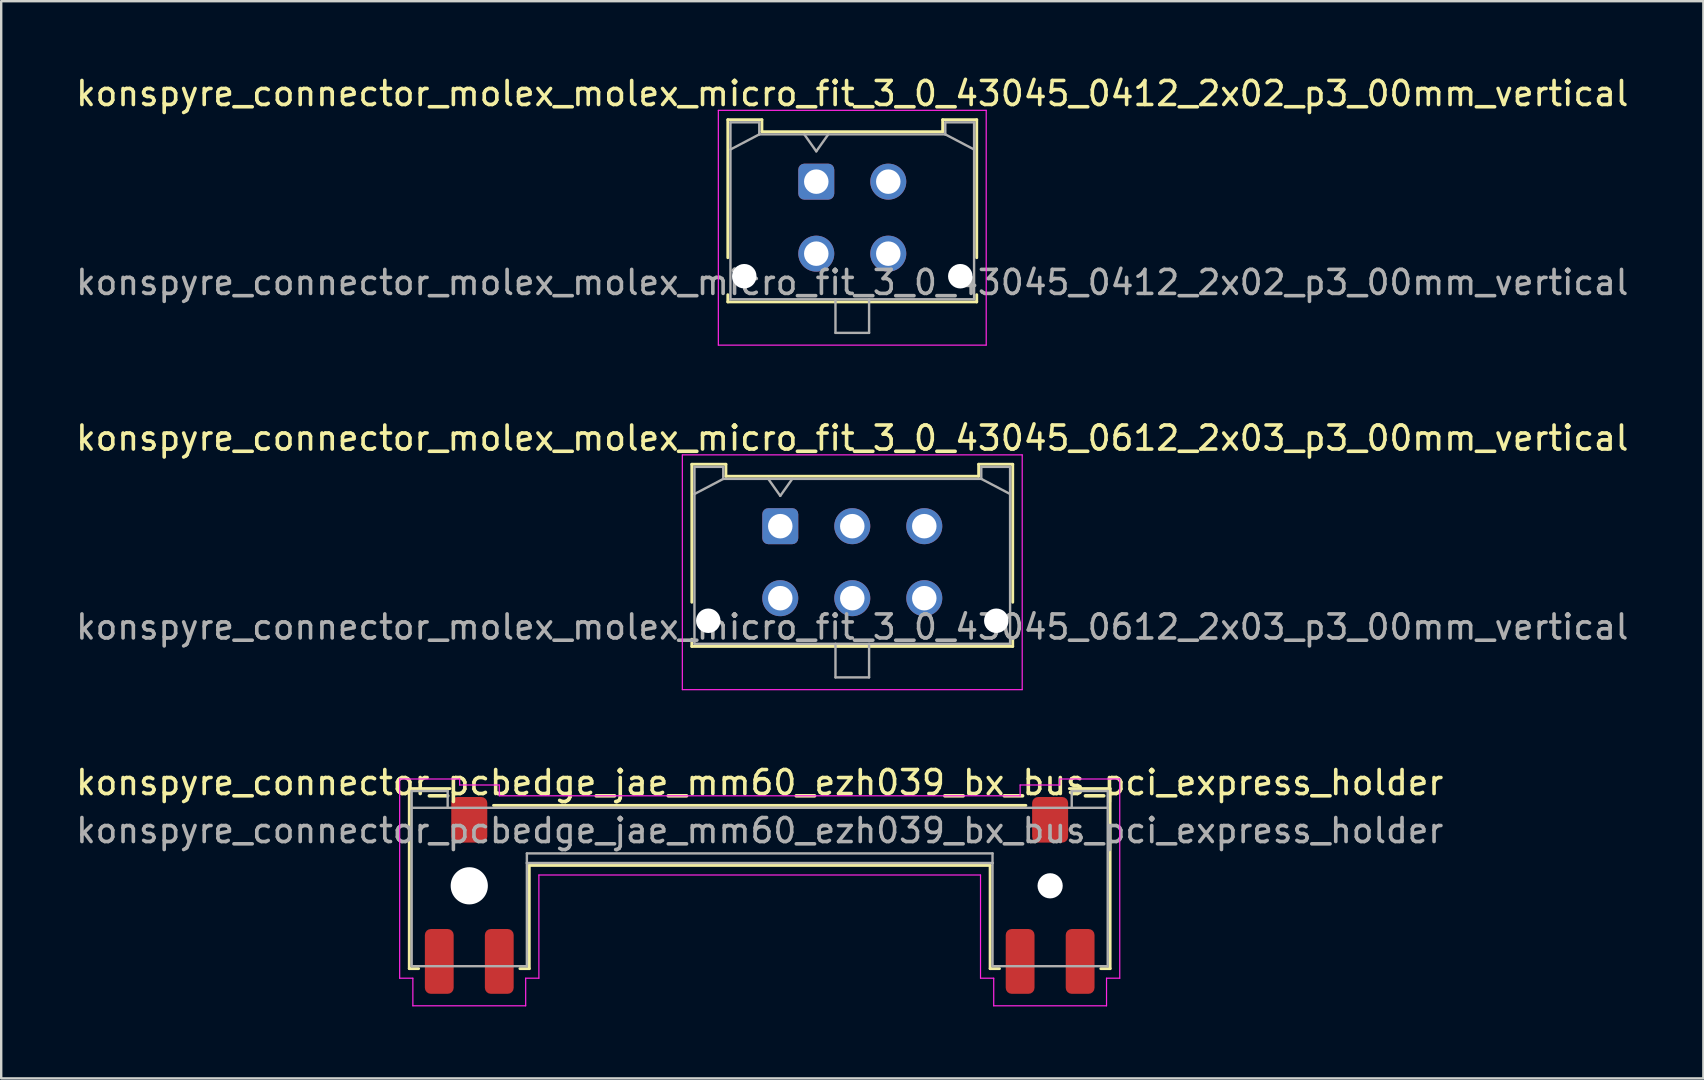
<source format=kicad_pcb>
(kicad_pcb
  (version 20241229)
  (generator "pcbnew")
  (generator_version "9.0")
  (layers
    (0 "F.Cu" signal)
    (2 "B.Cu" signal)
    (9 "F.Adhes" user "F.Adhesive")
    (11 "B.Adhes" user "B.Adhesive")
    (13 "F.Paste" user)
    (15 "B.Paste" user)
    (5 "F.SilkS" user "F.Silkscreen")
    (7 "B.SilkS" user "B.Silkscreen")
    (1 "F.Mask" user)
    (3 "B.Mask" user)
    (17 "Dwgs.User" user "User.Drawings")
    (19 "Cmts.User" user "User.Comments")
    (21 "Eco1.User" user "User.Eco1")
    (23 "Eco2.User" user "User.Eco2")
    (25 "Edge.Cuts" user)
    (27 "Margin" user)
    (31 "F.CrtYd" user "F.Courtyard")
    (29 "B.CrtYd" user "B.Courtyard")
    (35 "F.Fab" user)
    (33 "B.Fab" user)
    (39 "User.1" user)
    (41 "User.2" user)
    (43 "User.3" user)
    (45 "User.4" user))
  (footprint "konspyre_connector_molex_molex_micro_fit_3_0_43045_0412_2x02_p3_00mm_vertical"
    (layer "F.Cu")
    (at 30.958 4.518)
    (property "Reference" "konspyre_connector_molex_molex_micro_fit_3_0_43045_0412_2x02_p3_00mm_vertical" (at 1.5 -3.67 0) (layer "F.SilkS") (effects (font (size 1 1) (thickness 0.15))))
    (attr through_hole)
    (fp_line (start -3.685 -2.58) (end -2.265 -2.58) (stroke (width 0.12) (type solid)) (layer "F.SilkS"))
    (fp_line (start -3.685 3.17) (end -3.685 -2.58) (stroke (width 0.12) (type solid)) (layer "F.SilkS"))
    (fp_line (start -3.685 4.71) (end -3.685 5.01) (stroke (width 0.12) (type solid)) (layer "F.SilkS"))
    (fp_line (start -3.685 5.01) (end 6.685 5.01) (stroke (width 0.12) (type solid)) (layer "F.SilkS"))
    (fp_line (start -2.265 -2.58) (end -2.265 -2.08) (stroke (width 0.12) (type solid)) (layer "F.SilkS"))
    (fp_line (start -2.265 -2.08) (end 5.265 -2.08) (stroke (width 0.12) (type solid)) (layer "F.SilkS"))
    (fp_line (start 5.265 -2.58) (end 6.685 -2.58) (stroke (width 0.12) (type solid)) (layer "F.SilkS"))
    (fp_line (start 5.265 -2.08) (end 5.265 -2.58) (stroke (width 0.12) (type solid)) (layer "F.SilkS"))
    (fp_line (start 6.685 -2.58) (end 6.685 3.17) (stroke (width 0.12) (type solid)) (layer "F.SilkS"))
    (fp_line (start 6.685 5.01) (end 6.685 4.71) (stroke (width 0.12) (type solid)) (layer "F.SilkS"))
    (fp_line (start -4.08 -2.97) (end 7.08 -2.97) (stroke (width 0.05) (type solid)) (layer "F.CrtYd"))
    (fp_line (start -4.08 6.81) (end -4.08 -2.97) (stroke (width 0.05) (type solid)) (layer "F.CrtYd"))
    (fp_line (start 7.08 -2.97) (end 7.08 6.81) (stroke (width 0.05) (type solid)) (layer "F.CrtYd"))
    (fp_line (start 7.08 6.81) (end -4.08 6.81) (stroke (width 0.05) (type solid)) (layer "F.CrtYd"))
    (fp_line (start -3.575 -2.47) (end -3.575 4.9) (stroke (width 0.1) (type solid)) (layer "F.Fab"))
    (fp_line (start -3.575 -1.34) (end -2.375 -1.97) (stroke (width 0.1) (type solid)) (layer "F.Fab"))
    (fp_line (start -3.575 4.9) (end 6.575 4.9) (stroke (width 0.1) (type solid)) (layer "F.Fab"))
    (fp_line (start -2.375 -2.47) (end -3.575 -2.47) (stroke (width 0.1) (type solid)) (layer "F.Fab"))
    (fp_line (start -2.375 -1.97) (end -2.375 -2.47) (stroke (width 0.1) (type solid)) (layer "F.Fab"))
    (fp_line (start -0.5 -1.97) (end 0 -1.263) (stroke (width 0.1) (type solid)) (layer "F.Fab"))
    (fp_line (start 0 -1.263) (end 0.5 -1.97) (stroke (width 0.1) (type solid)) (layer "F.Fab"))
    (fp_line (start 0.8 4.9) (end 0.8 6.3) (stroke (width 0.1) (type solid)) (layer "F.Fab"))
    (fp_line (start 0.8 6.3) (end 2.2 6.3) (stroke (width 0.1) (type solid)) (layer "F.Fab"))
    (fp_line (start 2.2 6.3) (end 2.2 4.9) (stroke (width 0.1) (type solid)) (layer "F.Fab"))
    (fp_line (start 5.375 -2.47) (end 5.375 -1.97) (stroke (width 0.1) (type solid)) (layer "F.Fab"))
    (fp_line (start 5.375 -1.97) (end -2.375 -1.97) (stroke (width 0.1) (type solid)) (layer "F.Fab"))
    (fp_line (start 6.575 -2.47) (end 5.375 -2.47) (stroke (width 0.1) (type solid)) (layer "F.Fab"))
    (fp_line (start 6.575 -1.34) (end 5.375 -1.97) (stroke (width 0.1) (type solid)) (layer "F.Fab"))
    (fp_line (start 6.575 4.9) (end 6.575 -2.47) (stroke (width 0.1) (type solid)) (layer "F.Fab"))
    (fp_text user "${REFERENCE}" (at 1.5 4.2 0) (layer "F.Fab") (effects (font (size 1 1) (thickness 0.15))))
    (pad "" np_thru_hole circle (at -3 3.94) (size 1.02 1.02) (drill 1.02) (layers "*.Cu" "*.Mask"))
    (pad "" np_thru_hole circle (at 6 3.94) (size 1.02 1.02) (drill 1.02) (layers "*.Cu" "*.Mask"))
    (pad "1" thru_hole roundrect (at 0 0) (size 1.5 1.5) (drill 1.02) (layers "*.Cu" "*.Mask") (roundrect_rratio 0.167))
    (pad "2" thru_hole circle (at 3 0) (size 1.5 1.5) (drill 1.02) (layers "*.Cu" "*.Mask"))
    (pad "3" thru_hole circle (at 0 3) (size 1.5 1.5) (drill 1.02) (layers "*.Cu" "*.Mask"))
    (pad "4" thru_hole circle (at 3 3) (size 1.5 1.5) (drill 1.02) (layers "*.Cu" "*.Mask")))
  (footprint "konspyre_connector_pcbedge_jae_mm60_ezh039_bx_bus_pci_express_holder"
    (layer "F.Cu")
    (at 28.601 31.555)
    (property "Reference" "konspyre_connector_pcbedge_jae_mm60_ezh039_bx_bus_pci_express_holder" (at 0 -2 0) (layer "F.SilkS") (effects (font (size 1 1) (thickness 0.15))))
    (attr smd)
    (fp_line (start -14.6 -1.75) (end -12.9 -1.75) (stroke (width 0.12) (type solid)) (layer "F.SilkS"))
    (fp_line (start -14.6 5.75) (end -14.6 -1.75) (stroke (width 0.12) (type solid)) (layer "F.SilkS"))
    (fp_line (start -14.6 5.75) (end -14.21 5.75) (stroke (width 0.12) (type solid)) (layer "F.SilkS"))
    (fp_line (start -11.09 -1.05) (end 11.09 -1.05) (stroke (width 0.12) (type solid)) (layer "F.SilkS"))
    (fp_line (start -9.99 5.75) (end -9.6 5.75) (stroke (width 0.12) (type solid)) (layer "F.SilkS"))
    (fp_line (start -9.6 1.45) (end 9.6 1.45) (stroke (width 0.12) (type solid)) (layer "F.SilkS"))
    (fp_line (start -9.6 5.75) (end -9.6 1.45) (stroke (width 0.12) (type solid)) (layer "F.SilkS"))
    (fp_line (start 9.6 5.75) (end 9.6 1.45) (stroke (width 0.12) (type solid)) (layer "F.SilkS"))
    (fp_line (start 9.99 5.75) (end 9.6 5.75) (stroke (width 0.12) (type solid)) (layer "F.SilkS"))
    (fp_line (start 14.21 5.75) (end 14.6 5.75) (stroke (width 0.12) (type solid)) (layer "F.SilkS"))
    (fp_line (start 14.6 -1.75) (end 12.9 -1.75) (stroke (width 0.12) (type solid)) (layer "F.SilkS"))
    (fp_line (start 14.6 5.75) (end 14.6 -1.75) (stroke (width 0.12) (type solid)) (layer "F.SilkS"))
    (fp_line (start -15 -2.15) (end -15 6.15) (stroke (width 0.05) (type default)) (layer "F.CrtYd"))
    (fp_line (start -15 -2.15) (end -12.5 -2.15) (stroke (width 0.05) (type default)) (layer "F.CrtYd"))
    (fp_line (start -15 6.15) (end -14.45 6.15) (stroke (width 0.05) (type default)) (layer "F.CrtYd"))
    (fp_line (start -14.45 6.15) (end -14.45 7.3) (stroke (width 0.05) (type default)) (layer "F.CrtYd"))
    (fp_line (start -14.45 7.3) (end -9.75 7.3) (stroke (width 0.05) (type default)) (layer "F.CrtYd"))
    (fp_line (start -12.5 -2.15) (end -12.5 -1.9) (stroke (width 0.05) (type default)) (layer "F.CrtYd"))
    (fp_line (start -12.5 -1.9) (end -10.85 -1.9) (stroke (width 0.05) (type default)) (layer "F.CrtYd"))
    (fp_line (start -10.85 -1.9) (end -10.85 -1.45) (stroke (width 0.05) (type default)) (layer "F.CrtYd"))
    (fp_line (start -9.75 6.15) (end -9.2 6.15) (stroke (width 0.05) (type default)) (layer "F.CrtYd"))
    (fp_line (start -9.75 7.3) (end -9.75 6.15) (stroke (width 0.05) (type default)) (layer "F.CrtYd"))
    (fp_line (start -9.2 1.85) (end 9.2 1.85) (stroke (width 0.05) (type default)) (layer "F.CrtYd"))
    (fp_line (start -9.2 6.15) (end -9.2 1.85) (stroke (width 0.05) (type default)) (layer "F.CrtYd"))
    (fp_line (start 9.2 6.15) (end 9.2 1.85) (stroke (width 0.05) (type default)) (layer "F.CrtYd"))
    (fp_line (start 9.75 6.15) (end 9.2 6.15) (stroke (width 0.05) (type default)) (layer "F.CrtYd"))
    (fp_line (start 9.75 7.3) (end 9.75 6.15) (stroke (width 0.05) (type default)) (layer "F.CrtYd"))
    (fp_line (start 10.85 -1.9) (end 10.85 -1.45) (stroke (width 0.05) (type default)) (layer "F.CrtYd"))
    (fp_line (start 10.85 -1.45) (end -10.85 -1.45) (stroke (width 0.05) (type default)) (layer "F.CrtYd"))
    (fp_line (start 12.5 -2.15) (end 12.5 -1.9) (stroke (width 0.05) (type default)) (layer "F.CrtYd"))
    (fp_line (start 12.5 -1.9) (end 10.85 -1.9) (stroke (width 0.05) (type default)) (layer "F.CrtYd"))
    (fp_line (start 14.45 6.15) (end 14.45 7.3) (stroke (width 0.05) (type default)) (layer "F.CrtYd"))
    (fp_line (start 14.45 7.3) (end 9.75 7.3) (stroke (width 0.05) (type default)) (layer "F.CrtYd"))
    (fp_line (start 15 -2.15) (end 12.5 -2.15) (stroke (width 0.05) (type default)) (layer "F.CrtYd"))
    (fp_line (start 15 -2.15) (end 15 6.15) (stroke (width 0.05) (type default)) (layer "F.CrtYd"))
    (fp_line (start 15 6.15) (end 14.45 6.15) (stroke (width 0.05) (type default)) (layer "F.CrtYd"))
    (fp_line (start -14.5 -1.65) (end -13 -1.65) (stroke (width 0.1) (type default)) (layer "F.Fab"))
    (fp_line (start -14.5 -0.95) (end 14.5 -0.95) (stroke (width 0.1) (type solid)) (layer "F.Fab"))
    (fp_line (start -14.5 5.65) (end -14.5 -1.65) (stroke (width 0.1) (type solid)) (layer "F.Fab"))
    (fp_line (start -13 -1.65) (end -13 -0.95) (stroke (width 0.1) (type default)) (layer "F.Fab"))
    (fp_line (start -9.7 0.95) (end 9.7 0.95) (stroke (width 0.1) (type default)) (layer "F.Fab"))
    (fp_line (start -9.7 1.35) (end -9.7 0.95) (stroke (width 0.1) (type default)) (layer "F.Fab"))
    (fp_line (start -9.7 1.35) (end -9.7 5.65) (stroke (width 0.1) (type solid)) (layer "F.Fab"))
    (fp_line (start -9.7 1.35) (end 9.7 1.35) (stroke (width 0.1) (type default)) (layer "F.Fab"))
    (fp_line (start -9.7 5.65) (end -14.5 5.65) (stroke (width 0.1) (type solid)) (layer "F.Fab"))
    (fp_line (start 9.7 1.35) (end 9.7 0.95) (stroke (width 0.1) (type default)) (layer "F.Fab"))
    (fp_line (start 9.7 1.35) (end 9.7 5.65) (stroke (width 0.1) (type solid)) (layer "F.Fab"))
    (fp_line (start 13 -1.65) (end 13 -0.95) (stroke (width 0.1) (type default)) (layer "F.Fab"))
    (fp_line (start 14.5 -1.65) (end 13 -1.65) (stroke (width 0.1) (type default)) (layer "F.Fab"))
    (fp_line (start 14.5 -1.65) (end 14.5 5.65) (stroke (width 0.1) (type solid)) (layer "F.Fab"))
    (fp_line (start 14.5 5.65) (end 9.7 5.65) (stroke (width 0.1) (type solid)) (layer "F.Fab"))
    (fp_text user "${REFERENCE}" (at 0 0 0) (layer "F.Fab") (effects (font (size 1 1) (thickness 0.15))))
    (pad "" np_thru_hole circle (at -12.1 2.3) (size 1.55 1.55) (drill 1.55) (layers "*.Cu" "*.Mask"))
    (pad "" np_thru_hole circle (at 12.1 2.3) (size 1.05 1.05) (drill 1.05) (layers "*.Cu" "*.Mask"))
    (pad "MP" smd roundrect (at -13.35 5.45) (size 1.2 2.7) (layers "F.Cu" "F.Mask" "F.Paste") (roundrect_rratio 0.208))
    (pad "MP" smd roundrect (at -12.1 -0.45) (size 1.5 1.9) (layers "F.Cu" "F.Mask" "F.Paste") (roundrect_rratio 0.167))
    (pad "MP" smd roundrect (at -10.85 5.45) (size 1.2 2.7) (layers "F.Cu" "F.Mask" "F.Paste") (roundrect_rratio 0.208))
    (pad "MP" smd roundrect (at 10.85 5.45) (size 1.2 2.7) (layers "F.Cu" "F.Mask" "F.Paste") (roundrect_rratio 0.208))
    (pad "MP" smd roundrect (at 12.1 -0.45) (size 1.5 1.9) (layers "F.Cu" "F.Mask" "F.Paste") (roundrect_rratio 0.167))
    (pad "MP" smd roundrect (at 13.35 5.45) (size 1.2 2.7) (layers "F.Cu" "F.Mask" "F.Paste") (roundrect_rratio 0.208)))
  (footprint "konspyre_connector_molex_molex_micro_fit_3_0_43045_0612_2x03_p3_00mm_vertical"
    (layer "F.Cu")
    (at 29.458 18.872)
    (property "Reference" "konspyre_connector_molex_molex_micro_fit_3_0_43045_0612_2x03_p3_00mm_vertical" (at 3 -3.67 0) (layer "F.SilkS") (effects (font (size 1 1) (thickness 0.15))))
    (attr through_hole)
    (fp_line (start -3.685 -2.58) (end -2.265 -2.58) (stroke (width 0.12) (type solid)) (layer "F.SilkS"))
    (fp_line (start -3.685 3.17) (end -3.685 -2.58) (stroke (width 0.12) (type solid)) (layer "F.SilkS"))
    (fp_line (start -3.685 4.71) (end -3.685 5.01) (stroke (width 0.12) (type solid)) (layer "F.SilkS"))
    (fp_line (start -3.685 5.01) (end 9.685 5.01) (stroke (width 0.12) (type solid)) (layer "F.SilkS"))
    (fp_line (start -2.265 -2.58) (end -2.265 -2.08) (stroke (width 0.12) (type solid)) (layer "F.SilkS"))
    (fp_line (start -2.265 -2.08) (end 8.265 -2.08) (stroke (width 0.12) (type solid)) (layer "F.SilkS"))
    (fp_line (start 8.265 -2.58) (end 9.685 -2.58) (stroke (width 0.12) (type solid)) (layer "F.SilkS"))
    (fp_line (start 8.265 -2.08) (end 8.265 -2.58) (stroke (width 0.12) (type solid)) (layer "F.SilkS"))
    (fp_line (start 9.685 -2.58) (end 9.685 3.17) (stroke (width 0.12) (type solid)) (layer "F.SilkS"))
    (fp_line (start 9.685 5.01) (end 9.685 4.71) (stroke (width 0.12) (type solid)) (layer "F.SilkS"))
    (fp_line (start -4.08 -2.97) (end 10.08 -2.97) (stroke (width 0.05) (type solid)) (layer "F.CrtYd"))
    (fp_line (start -4.08 6.81) (end -4.08 -2.97) (stroke (width 0.05) (type solid)) (layer "F.CrtYd"))
    (fp_line (start 10.08 -2.97) (end 10.08 6.81) (stroke (width 0.05) (type solid)) (layer "F.CrtYd"))
    (fp_line (start 10.08 6.81) (end -4.08 6.81) (stroke (width 0.05) (type solid)) (layer "F.CrtYd"))
    (fp_line (start -3.575 -2.47) (end -3.575 4.9) (stroke (width 0.1) (type solid)) (layer "F.Fab"))
    (fp_line (start -3.575 -1.34) (end -2.375 -1.97) (stroke (width 0.1) (type solid)) (layer "F.Fab"))
    (fp_line (start -3.575 4.9) (end 9.575 4.9) (stroke (width 0.1) (type solid)) (layer "F.Fab"))
    (fp_line (start -2.375 -2.47) (end -3.575 -2.47) (stroke (width 0.1) (type solid)) (layer "F.Fab"))
    (fp_line (start -2.375 -1.97) (end -2.375 -2.47) (stroke (width 0.1) (type solid)) (layer "F.Fab"))
    (fp_line (start -0.5 -1.97) (end 0 -1.263) (stroke (width 0.1) (type solid)) (layer "F.Fab"))
    (fp_line (start 0 -1.263) (end 0.5 -1.97) (stroke (width 0.1) (type solid)) (layer "F.Fab"))
    (fp_line (start 2.3 4.9) (end 2.3 6.3) (stroke (width 0.1) (type solid)) (layer "F.Fab"))
    (fp_line (start 2.3 6.3) (end 3.7 6.3) (stroke (width 0.1) (type solid)) (layer "F.Fab"))
    (fp_line (start 3.7 6.3) (end 3.7 4.9) (stroke (width 0.1) (type solid)) (layer "F.Fab"))
    (fp_line (start 8.375 -2.47) (end 8.375 -1.97) (stroke (width 0.1) (type solid)) (layer "F.Fab"))
    (fp_line (start 8.375 -1.97) (end -2.375 -1.97) (stroke (width 0.1) (type solid)) (layer "F.Fab"))
    (fp_line (start 9.575 -2.47) (end 8.375 -2.47) (stroke (width 0.1) (type solid)) (layer "F.Fab"))
    (fp_line (start 9.575 -1.34) (end 8.375 -1.97) (stroke (width 0.1) (type solid)) (layer "F.Fab"))
    (fp_line (start 9.575 4.9) (end 9.575 -2.47) (stroke (width 0.1) (type solid)) (layer "F.Fab"))
    (fp_text user "${REFERENCE}" (at 3 4.2 0) (layer "F.Fab") (effects (font (size 1 1) (thickness 0.15))))
    (pad "" np_thru_hole circle (at -3 3.94) (size 1.02 1.02) (drill 1.02) (layers "*.Cu" "*.Mask"))
    (pad "" np_thru_hole circle (at 9 3.94) (size 1.02 1.02) (drill 1.02) (layers "*.Cu" "*.Mask"))
    (pad "1" thru_hole roundrect (at 0 0) (size 1.5 1.5) (drill 1.02) (layers "*.Cu" "*.Mask") (roundrect_rratio 0.167))
    (pad "2" thru_hole circle (at 3 0) (size 1.5 1.5) (drill 1.02) (layers "*.Cu" "*.Mask"))
    (pad "3" thru_hole circle (at 6 0) (size 1.5 1.5) (drill 1.02) (layers "*.Cu" "*.Mask"))
    (pad "4" thru_hole circle (at 0 3) (size 1.5 1.5) (drill 1.02) (layers "*.Cu" "*.Mask"))
    (pad "5" thru_hole circle (at 3 3) (size 1.5 1.5) (drill 1.02) (layers "*.Cu" "*.Mask"))
    (pad "6" thru_hole circle (at 6 3) (size 1.5 1.5) (drill 1.02) (layers "*.Cu" "*.Mask")))
  (gr_rect
    (start -3 -3)
    (end 67.917 41.88)
    (stroke (width 0.1) (type default))
    (fill no)
    (layer "Edge.Cuts")))
</source>
